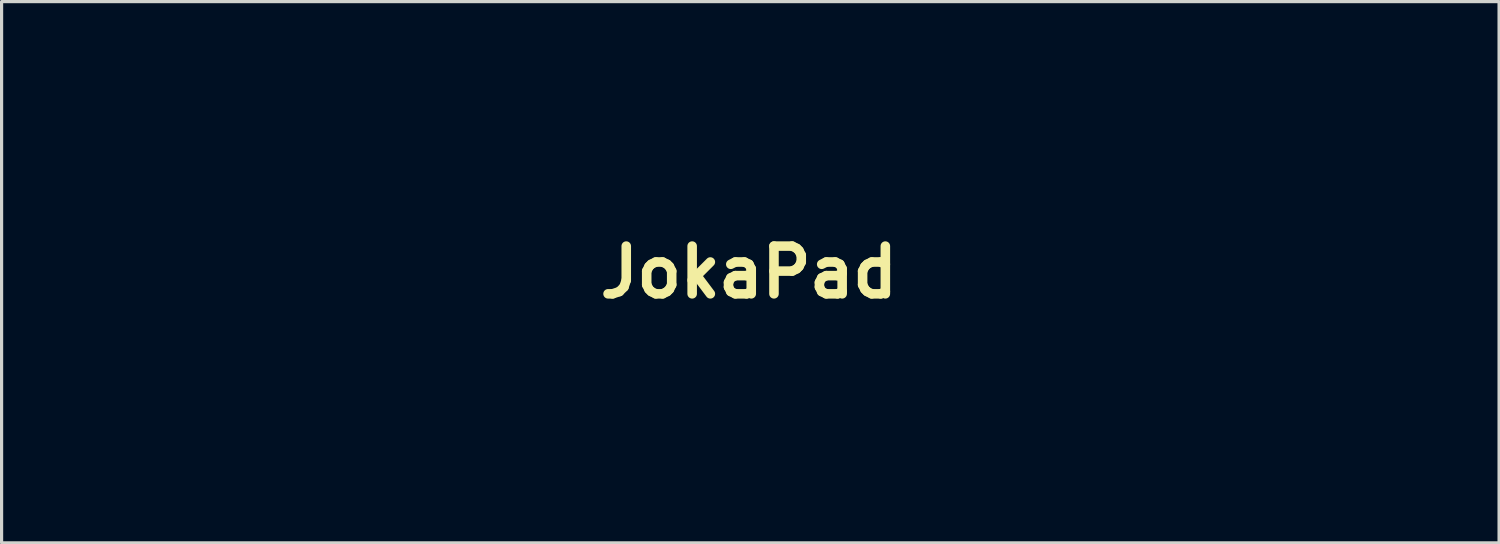
<source format=kicad_pcb>
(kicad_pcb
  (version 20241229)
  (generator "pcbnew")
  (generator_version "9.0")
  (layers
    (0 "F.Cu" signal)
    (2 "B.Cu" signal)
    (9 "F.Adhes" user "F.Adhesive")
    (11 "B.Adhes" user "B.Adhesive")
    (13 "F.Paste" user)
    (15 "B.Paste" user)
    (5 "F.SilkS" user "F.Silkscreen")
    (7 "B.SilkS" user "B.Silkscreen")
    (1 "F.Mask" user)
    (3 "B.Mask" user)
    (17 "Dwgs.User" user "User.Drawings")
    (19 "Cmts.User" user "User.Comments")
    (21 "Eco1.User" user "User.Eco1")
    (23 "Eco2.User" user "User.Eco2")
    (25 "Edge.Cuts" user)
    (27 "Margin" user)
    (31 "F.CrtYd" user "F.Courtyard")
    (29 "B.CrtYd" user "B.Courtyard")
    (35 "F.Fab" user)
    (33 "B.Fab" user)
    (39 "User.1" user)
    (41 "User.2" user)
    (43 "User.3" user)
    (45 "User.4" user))
  (footprint "JokaPad"
    (layer "F.Cu")
    (at 20.489 5.506)
    (property "Reference" "JokaPad" (at 0 0 0) (layer "F.SilkS") (effects (font (size 1.5 1.5) (thickness 0.3))))
    (attr board_only exclude_from_pos_files exclude_from_bom)
    (fp_poly (pts (xy 20.565 3.704) (xy 20.574 5.503) (xy 20.226 5.503) (xy 20.008 5.496) (xy 19.919 5.453) (xy 19.92 5.343) (xy 19.937 5.271) (xy 20.087 4.637) (xy 20.233 3.938) (xy 20.36 3.253) (xy 20.445 2.709) (xy 20.557 1.905)) (stroke (width 0) (type solid)) (fill yes) (layer "F.Mask"))
    (fp_poly (pts (xy 6.9 -1.137) (xy 7.111 -0.989) (xy 7.196 -0.754) (xy 7.197 -0.727) (xy 7.119 -0.487) (xy 6.889 -0.314) (xy 6.51 -0.211) (xy 6.272 -0.182) (xy 6.151 -0.203) (xy 6.094 -0.299) (xy 6.066 -0.426) (xy 6.015 -0.768) (xy 6.031 -0.982) (xy 6.121 -1.099) (xy 6.202 -1.132) (xy 6.589 -1.187)) (stroke (width 0) (type solid)) (fill yes) (layer "F.Mask"))
    (fp_poly (pts (xy 15.557 -1.236) (xy 15.907 -1.168) (xy 16.153 -1.062) (xy 16.202 -1.023) (xy 16.358 -0.764) (xy 16.448 -0.396) (xy 16.468 0.032) (xy 16.414 0.474) (xy 16.325 0.782) (xy 16.161 0.984) (xy 15.861 1.121) (xy 15.451 1.182) (xy 15.346 1.185) (xy 15.071 1.185) (xy 15.071 -0.054) (xy 15.071 -1.293)) (stroke (width 0) (type solid)) (fill yes) (layer "F.Mask"))
    (fp_poly (pts (xy 1.922 -0.524) (xy 2.023 -0.355) (xy 2.131 -0.142) (xy 2.22 0.062) (xy 2.262 0.2) (xy 2.258 0.226) (xy 2.159 0.261) (xy 1.959 0.304) (xy 1.903 0.313) (xy 1.697 0.34) (xy 1.619 0.31) (xy 1.627 0.194) (xy 1.643 0.13) (xy 1.706 -0.142) (xy 1.75 -0.349) (xy 1.802 -0.522) (xy 1.856 -0.593)) (stroke (width 0) (type solid)) (fill yes) (layer "F.Mask"))
    (fp_poly (pts (xy 11.239 -0.844) (xy 11.301 -0.773) (xy 11.401 -0.593) (xy 11.52 -0.352) (xy 11.634 -0.097) (xy 11.722 0.124) (xy 11.763 0.264) (xy 11.76 0.288) (xy 11.664 0.316) (xy 11.454 0.354) (xy 11.286 0.379) (xy 10.845 0.438) (xy 11.011 -0.14) (xy 11.092 -0.435) (xy 11.152 -0.664) (xy 11.176 -0.78) (xy 11.176 -0.783) (xy 11.237 -0.844)) (stroke (width 0) (type solid)) (fill yes) (layer "F.Mask"))
    (fp_poly (pts (xy 13.352 -5.484) (xy 15.604 -5.461) (xy 15.723 -5.122) (xy 15.812 -4.839) (xy 15.924 -4.447) (xy 16.043 -4.001) (xy 16.154 -3.557) (xy 16.245 -3.171) (xy 16.291 -2.944) (xy 16.348 -2.628) (xy 14.225 -2.648) (xy 12.103 -2.667) (xy 12.016 -3.006) (xy 11.828 -3.658) (xy 11.601 -4.323) (xy 11.364 -4.917) (xy 11.339 -4.976) (xy 11.101 -5.506)) (stroke (width 0) (type solid)) (fill yes) (layer "F.Mask"))
    (fp_poly (pts (xy -20.433 1.312) (xy -20.383 1.832) (xy -20.311 2.414) (xy -20.225 3.027) (xy -20.128 3.636) (xy -20.028 4.209) (xy -19.929 4.712) (xy -19.837 5.113) (xy -19.757 5.379) (xy -19.762 5.457) (xy -19.877 5.494) (xy -20.099 5.503) (xy -20.489 5.503) (xy -20.475 3.239) (xy -20.47 2.66) (xy -20.464 2.16) (xy -20.457 1.757) (xy -20.45 1.468) (xy -20.442 1.311) (xy -20.434 1.303)) (stroke (width 0) (type solid)) (fill yes) (layer "F.Mask"))
    (fp_poly (pts (xy -19.86 -5.492) (xy -19.757 -5.451) (xy -19.757 -5.379) (xy -19.837 -5.113) (xy -19.929 -4.712) (xy -20.028 -4.208) (xy -20.128 -3.635) (xy -20.225 -3.026) (xy -20.311 -2.414) (xy -20.383 -1.831) (xy -20.433 -1.312) (xy -20.441 -1.303) (xy -20.449 -1.444) (xy -20.457 -1.72) (xy -20.464 -2.112) (xy -20.47 -2.602) (xy -20.475 -3.173) (xy -20.475 -3.239) (xy -20.489 -5.503) (xy -20.099 -5.503)) (stroke (width 0) (type solid)) (fill yes) (layer "F.Mask"))
    (fp_poly (pts (xy 20.574 -3.725) (xy 20.573 -3.197) (xy 20.569 -2.732) (xy 20.563 -2.353) (xy 20.555 -2.086) (xy 20.547 -1.956) (xy 20.544 -1.947) (xy 20.522 -2.025) (xy 20.492 -2.228) (xy 20.461 -2.516) (xy 20.458 -2.544) (xy 20.415 -2.88) (xy 20.342 -3.332) (xy 20.247 -3.85) (xy 20.14 -4.387) (xy 20.03 -4.892) (xy 19.938 -5.271) (xy 19.911 -5.418) (xy 19.957 -5.485) (xy 20.117 -5.503) (xy 20.226 -5.503) (xy 20.574 -5.503)) (stroke (width 0) (type solid)) (fill yes) (layer "F.Mask"))
    (fp_poly (pts (xy -7.466 -1.333) (xy -7.263 -1.244) (xy -7.072 -1.077) (xy -6.843 -0.737) (xy -6.726 -0.317) (xy -6.719 0.135) (xy -6.824 0.571) (xy -7.037 0.946) (xy -7.112 1.029) (xy -7.311 1.189) (xy -7.531 1.259) (xy -7.749 1.27) (xy -8.029 1.248) (xy -8.234 1.158) (xy -8.422 0.993) (xy -8.661 0.642) (xy -8.785 0.217) (xy -8.794 -0.236) (xy -8.687 -0.669) (xy -8.465 -1.032) (xy -8.425 -1.074) (xy -8.213 -1.257) (xy -8.006 -1.338) (xy -7.747 -1.355)) (stroke (width 0) (type solid)) (fill yes) (layer "F.Mask"))
    (fp_poly (pts (xy 13.341 2.531) (xy 13.485 2.556) (xy 13.492 2.56) (xy 13.606 2.581) (xy 13.858 2.599) (xy 14.219 2.613) (xy 14.656 2.621) (xy 14.969 2.623) (xy 16.348 2.625) (xy 16.291 2.942) (xy 16.229 3.242) (xy 16.133 3.645) (xy 16.018 4.094) (xy 15.899 4.534) (xy 15.791 4.909) (xy 15.723 5.122) (xy 15.604 5.461) (xy 13.356 5.484) (xy 11.109 5.506) (xy 11.393 4.849) (xy 11.55 4.454) (xy 11.718 3.98) (xy 11.867 3.51) (xy 11.908 3.372) (xy 12.138 2.552) (xy 12.766 2.525) (xy 13.085 2.52)) (stroke (width 0) (type solid)) (fill yes) (layer "F.Mask"))
    (fp_poly (pts (xy -11.221 -4.88) (xy -11.391 -4.478) (xy -11.565 -4.009) (xy -11.708 -3.57) (xy -11.715 -3.546) (xy -11.92 -2.836) (xy -12.898 -2.836) (xy -13.877 -2.836) (xy -13.902 -3.175) (xy -13.928 -3.514) (xy -14.969 -3.504) (xy -16.011 -3.494) (xy -15.954 -3.758) (xy -15.904 -3.963) (xy -15.821 -4.272) (xy -15.723 -4.627) (xy -15.696 -4.721) (xy -15.604 -5.042) (xy -15.535 -5.296) (xy -15.497 -5.443) (xy -15.494 -5.462) (xy -15.413 -5.473) (xy -15.184 -5.483) (xy -14.83 -5.491) (xy -14.372 -5.498) (xy -13.832 -5.502) (xy -13.232 -5.503) (xy -13.214 -5.503) (xy -10.933 -5.503)) (stroke (width 0) (type solid)) (fill yes) (layer "F.Mask"))
    (fp_poly (pts (xy -13.139 2.574) (xy -12.974 2.609) (xy -12.716 2.652) (xy -12.573 2.673) (xy -12.303 2.718) (xy -12.093 2.77) (xy -12.031 2.794) (xy -11.955 2.9) (xy -11.855 3.127) (xy -11.748 3.435) (xy -11.711 3.556) (xy -11.572 3.989) (xy -11.398 4.459) (xy -11.227 4.868) (xy -11.221 4.88) (xy -10.933 5.503) (xy -13.201 5.503) (xy -15.469 5.503) (xy -15.647 4.889) (xy -15.798 4.357) (xy -15.902 3.968) (xy -15.961 3.706) (xy -15.981 3.553) (xy -15.969 3.495) (xy -15.873 3.471) (xy -15.64 3.434) (xy -15.298 3.389) (xy -14.877 3.34) (xy -14.63 3.313) (xy -13.335 3.175) (xy -13.308 2.853) (xy -13.275 2.643) (xy -13.209 2.567)) (stroke (width 0) (type solid)) (fill yes) (layer "F.Mask"))
    (fp_poly (pts (xy 14.693 -2.191) (xy 15.141 -2.18) (xy 15.659 -2.165) (xy 15.883 -2.158) (xy 17.72 -2.095) (xy 17.666 -1.026) (xy 17.643 -0.476) (xy 17.625 0.152) (xy 17.613 0.767) (xy 17.611 1.122) (xy 17.611 2.201) (xy 16.701 2.183) (xy 16.2 2.172) (xy 15.623 2.159) (xy 15.064 2.144) (xy 14.829 2.138) (xy 13.867 2.111) (xy 13.929 -0.024) (xy 13.929 -0.042) (xy 14.224 -0.042) (xy 14.224 1.778) (xy 15.2 1.778) (xy 15.758 1.765) (xy 16.177 1.728) (xy 16.443 1.667) (xy 16.453 1.663) (xy 16.833 1.415) (xy 17.116 1.04) (xy 17.293 0.553) (xy 17.356 -0.03) (xy 17.356 -0.042) (xy 17.297 -0.642) (xy 17.12 -1.126) (xy 16.962 -1.355) (xy 16.774 -1.556) (xy 16.578 -1.696) (xy 16.341 -1.787) (xy 16.028 -1.838) (xy 15.603 -1.859) (xy 15.244 -1.863) (xy 14.224 -1.863) (xy 14.224 -0.042) (xy 13.929 -0.042) (xy 13.946 -0.607) (xy 13.964 -1.132) (xy 13.981 -1.576) (xy 13.997 -1.915) (xy 14.01 -2.127) (xy 14.018 -2.19) (xy 14.107 -2.196) (xy 14.34 -2.196)) (stroke (width 0) (type solid)) (fill yes) (layer "F.Mask"))
    (fp_poly (pts (xy 6.674 -4.93) (xy 6.862 -4.66) (xy 7.065 -4.338) (xy 7.267 -3.997) (xy 7.448 -3.671) (xy 7.592 -3.39) (xy 7.68 -3.187) (xy 7.694 -3.094) (xy 7.604 -3.075) (xy 7.373 -3.038) (xy 7.028 -2.99) (xy 6.598 -2.932) (xy 6.154 -2.875) (xy 5.592 -2.807) (xy 5.172 -2.763) (xy 4.871 -2.742) (xy 4.663 -2.742) (xy 4.525 -2.763) (xy 4.447 -2.793) (xy 4.211 -2.856) (xy 3.841 -2.87) (xy 3.674 -2.863) (xy 3.099 -2.826) (xy 2.573 -3.225) (xy 1.995 -3.604) (xy 1.417 -3.856) (xy 0.782 -3.999) (xy 0.28 -4.044) (xy -0.169 -4.056) (xy -0.523 -4.034) (xy -0.854 -3.97) (xy -1.074 -3.908) (xy -1.647 -3.686) (xy -2.198 -3.387) (xy -2.658 -3.048) (xy -2.713 -2.998) (xy -2.826 -2.898) (xy -2.93 -2.846) (xy -3.07 -2.837) (xy -3.292 -2.867) (xy -3.588 -2.922) (xy -3.989 -2.985) (xy -4.404 -3.031) (xy -4.743 -3.048) (xy -5.03 -3.039) (xy -5.191 -3.005) (xy -5.271 -2.93) (xy -5.292 -2.879) (xy -5.324 -2.811) (xy -5.387 -2.765) (xy -5.51 -2.735) (xy -5.719 -2.718) (xy -6.042 -2.711) (xy -6.506 -2.709) (xy -6.525 -2.709) (xy -6.95 -2.713) (xy -7.307 -2.724) (xy -7.565 -2.741) (xy -7.695 -2.761) (xy -7.705 -2.769) (xy -7.663 -2.908) (xy -7.551 -3.156) (xy -7.387 -3.48) (xy -7.19 -3.844) (xy -6.978 -4.216) (xy -6.771 -4.56) (xy -6.587 -4.843) (xy -6.523 -4.932) (xy -6.097 -5.503) (xy 0.076 -5.503) (xy 6.249 -5.503)) (stroke (width 0) (type solid)) (fill yes) (layer "F.Mask"))
    (fp_poly (pts (xy -4.879 2.498) (xy -4.26 2.608) (xy -3.783 2.695) (xy -3.425 2.766) (xy -3.16 2.828) (xy -2.966 2.888) (xy -2.817 2.953) (xy -2.689 3.029) (xy -2.559 3.124) (xy -2.505 3.165) (xy -1.772 3.627) (xy -1.004 3.928) (xy -0.217 4.068) (xy 0.573 4.048) (xy 1.353 3.87) (xy 2.106 3.532) (xy 2.817 3.037) (xy 2.968 2.907) (xy 3.166 2.736) (xy 3.329 2.639) (xy 3.516 2.595) (xy 3.789 2.583) (xy 3.928 2.582) (xy 4.241 2.585) (xy 4.423 2.603) (xy 4.512 2.65) (xy 4.547 2.741) (xy 4.556 2.815) (xy 4.635 3.016) (xy 4.793 3.1) (xy 4.94 3.107) (xy 5.219 3.094) (xy 5.591 3.066) (xy 6.021 3.026) (xy 6.473 2.978) (xy 6.908 2.925) (xy 7.291 2.872) (xy 7.556 2.826) (xy 7.74 2.822) (xy 7.789 2.882) (xy 7.746 3.039) (xy 7.631 3.303) (xy 7.461 3.638) (xy 7.257 4.01) (xy 7.037 4.383) (xy 6.821 4.722) (xy 6.679 4.924) (xy 6.249 5.503) (xy 0.076 5.503) (xy -6.097 5.503) (xy -6.523 4.932) (xy -6.683 4.698) (xy -6.877 4.386) (xy -7.085 4.029) (xy -7.29 3.662) (xy -7.472 3.32) (xy -7.613 3.035) (xy -7.693 2.842) (xy -7.705 2.79) (xy -7.625 2.778) (xy -7.406 2.772) (xy -7.077 2.772) (xy -6.667 2.777) (xy -6.471 2.781) (xy -5.991 2.791) (xy -5.654 2.794) (xy -5.433 2.785) (xy -5.301 2.762) (xy -5.232 2.723) (xy -5.2 2.662) (xy -5.191 2.631) (xy -5.128 2.509) (xy -4.993 2.483)) (stroke (width 0) (type solid)) (fill yes) (layer "F.Mask"))
    (fp_poly (pts (xy 13.291 -2.174) (xy 13.356 -2.166) (xy 13.371 -2.075) (xy 13.394 -1.842) (xy 13.422 -1.493) (xy 13.454 -1.055) (xy 13.489 -0.555) (xy 13.523 -0.019) (xy 13.556 0.526) (xy 13.586 1.053) (xy 13.611 1.535) (xy 13.628 1.913) (xy 13.545 1.957) (xy 13.297 1.997) (xy 12.886 2.033) (xy 12.34 2.062) (xy 11.798 2.087) (xy 11.23 2.115) (xy 10.697 2.143) (xy 10.26 2.167) (xy 10.192 2.172) (xy 9.335 2.225) (xy 9.284 1.599) (xy 9.283 1.587) (xy 9.912 1.587) (xy 9.984 1.664) (xy 10.188 1.693) (xy 10.191 1.693) (xy 10.372 1.679) (xy 10.476 1.606) (xy 10.55 1.429) (xy 10.58 1.324) (xy 10.684 0.954) (xy 11.196 0.9) (xy 11.589 0.862) (xy 11.849 0.851) (xy 12.011 0.879) (xy 12.111 0.954) (xy 12.184 1.086) (xy 12.224 1.185) (xy 12.324 1.399) (xy 12.434 1.497) (xy 12.618 1.523) (xy 12.694 1.524) (xy 13.029 1.524) (xy 12.665 0.741) (xy 12.452 0.291) (xy 12.206 -0.219) (xy 11.97 -0.699) (xy 11.904 -0.83) (xy 11.508 -1.618) (xy 11.195 -1.592) (xy 10.883 -1.566) (xy 10.4 -0.042) (xy 10.248 0.442) (xy 10.115 0.875) (xy 10.009 1.228) (xy 9.939 1.474) (xy 9.912 1.587) (xy 9.912 1.587) (xy 9.283 1.587) (xy 9.26 1.266) (xy 9.234 0.822) (xy 9.208 0.325) (xy 9.185 -0.168) (xy 9.185 -0.169) (xy 9.164 -0.626) (xy 9.141 -1.053) (xy 9.118 -1.405) (xy 9.098 -1.639) (xy 9.096 -1.657) (xy 9.053 -2.002) (xy 11.18 -2.108) (xy 11.763 -2.136) (xy 12.289 -2.157) (xy 12.734 -2.17) (xy 13.076 -2.177)) (stroke (width 0) (type solid)) (fill yes) (layer "F.Mask"))
    (fp_poly (pts (xy 8.423 -2.609) (xy 8.445 -2.514) (xy 8.481 -2.278) (xy 8.528 -1.926) (xy 8.583 -1.486) (xy 8.643 -0.984) (xy 8.706 -0.447) (xy 8.767 0.098) (xy 8.824 0.624) (xy 8.875 1.106) (xy 8.915 1.516) (xy 8.943 1.827) (xy 8.954 2.013) (xy 8.952 2.053) (xy 8.857 2.107) (xy 8.607 2.169) (xy 8.198 2.239) (xy 7.626 2.318) (xy 7.312 2.357) (xy 6.786 2.422) (xy 6.294 2.482) (xy 5.871 2.534) (xy 5.55 2.574) (xy 5.373 2.597) (xy 5.03 2.643) (xy 4.745 0.262) (xy 4.673 -0.352) (xy 4.61 -0.91) (xy 4.558 -1.39) (xy 4.533 -1.644) (xy 5.087 -1.644) (xy 5.088 -1.555) (xy 5.109 -1.328) (xy 5.145 -0.994) (xy 5.194 -0.582) (xy 5.252 -0.122) (xy 5.313 0.355) (xy 5.375 0.819) (xy 5.434 1.241) (xy 5.485 1.59) (xy 5.526 1.837) (xy 5.551 1.951) (xy 5.552 1.954) (xy 5.644 1.973) (xy 5.845 1.964) (xy 5.944 1.953) (xy 6.17 1.915) (xy 6.275 1.847) (xy 6.305 1.702) (xy 6.306 1.566) (xy 6.291 1.244) (xy 6.256 0.909) (xy 6.252 0.878) (xy 6.199 0.528) (xy 6.832 0.426) (xy 7.231 0.344) (xy 7.51 0.24) (xy 7.718 0.097) (xy 7.95 -0.211) (xy 8.056 -0.578) (xy 8.044 -0.963) (xy 7.921 -1.326) (xy 7.695 -1.628) (xy 7.374 -1.826) (xy 7.35 -1.835) (xy 7.172 -1.876) (xy 6.945 -1.889) (xy 6.633 -1.871) (xy 6.199 -1.823) (xy 6.09 -1.808) (xy 5.705 -1.755) (xy 5.386 -1.706) (xy 5.168 -1.667) (xy 5.087 -1.644) (xy 4.533 -1.644) (xy 4.52 -1.769) (xy 4.498 -2.028) (xy 4.494 -2.143) (xy 4.495 -2.147) (xy 4.587 -2.166) (xy 4.816 -2.2) (xy 5.156 -2.245) (xy 5.577 -2.298) (xy 6.05 -2.356) (xy 6.546 -2.415) (xy 7.038 -2.472) (xy 7.496 -2.523) (xy 7.891 -2.565) (xy 8.196 -2.596) (xy 8.38 -2.61)) (stroke (width 0) (type solid)) (fill yes) (layer "F.Mask"))
    (fp_poly (pts (xy 4.02 -2.358) (xy 4.039 -2.266) (xy 4.068 -2.033) (xy 4.105 -1.687) (xy 4.147 -1.255) (xy 4.193 -0.766) (xy 4.239 -0.246) (xy 4.284 0.277) (xy 4.324 0.775) (xy 4.359 1.221) (xy 4.384 1.588) (xy 4.398 1.848) (xy 4.398 1.972) (xy 4.396 1.979) (xy 4.308 1.994) (xy 4.078 2.02) (xy 3.734 2.055) (xy 3.305 2.097) (xy 2.816 2.143) (xy 2.296 2.191) (xy 1.772 2.237) (xy 1.271 2.281) (xy 0.822 2.318) (xy 0.451 2.347) (xy 0.186 2.366) (xy 0.064 2.371) (xy -0.061 2.341) (xy -0.083 2.307) (xy -0.09 2.209) (xy -0.109 1.965) (xy -0.125 1.779) (xy 0.47 1.779) (xy 0.56 1.799) (xy 0.762 1.799) (xy 0.876 1.792) (xy 1.112 1.765) (xy 1.232 1.703) (xy 1.289 1.563) (xy 1.313 1.436) (xy 1.367 1.205) (xy 1.461 1.06) (xy 1.631 0.974) (xy 1.915 0.922) (xy 2.094 0.902) (xy 2.623 0.849) (xy 2.795 1.187) (xy 2.916 1.397) (xy 3.04 1.495) (xy 3.235 1.523) (xy 3.341 1.524) (xy 3.577 1.51) (xy 3.731 1.476) (xy 3.756 1.459) (xy 3.73 1.367) (xy 3.635 1.15) (xy 3.482 0.831) (xy 3.282 0.431) (xy 3.047 -0.025) (xy 2.978 -0.157) (xy 2.159 -1.707) (xy 1.795 -1.668) (xy 1.563 -1.635) (xy 1.413 -1.599) (xy 1.39 -1.587) (xy 1.354 -1.495) (xy 1.284 -1.27) (xy 1.188 -0.943) (xy 1.075 -0.542) (xy 0.952 -0.099) (xy 0.828 0.356) (xy 0.71 0.795) (xy 0.608 1.187) (xy 0.528 1.501) (xy 0.48 1.709) (xy 0.47 1.779) (xy -0.125 1.779) (xy -0.14 1.6) (xy -0.179 1.137) (xy -0.225 0.599) (xy -0.264 0.146) (xy -0.313 -0.431) (xy -0.355 -0.949) (xy -0.387 -1.387) (xy -0.408 -1.72) (xy -0.417 -1.926) (xy -0.414 -1.983) (xy -0.322 -2.001) (xy -0.088 -2.029) (xy 0.259 -2.065) (xy 0.692 -2.107) (xy 1.185 -2.151) (xy 1.71 -2.197) (xy 2.239 -2.241) (xy 2.746 -2.282) (xy 3.204 -2.316) (xy 3.584 -2.343) (xy 3.86 -2.358) (xy 4.005 -2.361)) (stroke (width 0) (type solid)) (fill yes) (layer "F.Mask"))
    (fp_poly (pts (xy -4.714 -2.583) (xy -4.488 -2.55) (xy -4.15 -2.494) (xy -3.728 -2.422) (xy -3.25 -2.338) (xy -2.742 -2.247) (xy -2.233 -2.154) (xy -1.75 -2.064) (xy -1.32 -1.983) (xy -0.97 -1.914) (xy -0.729 -1.864) (xy -0.623 -1.836) (xy -0.621 -1.835) (xy -0.623 -1.744) (xy -0.651 -1.513) (xy -0.701 -1.171) (xy -0.767 -0.744) (xy -0.845 -0.261) (xy -0.93 0.253) (xy -1.019 0.769) (xy -1.106 1.261) (xy -1.186 1.7) (xy -1.256 2.059) (xy -1.31 2.312) (xy -1.337 2.416) (xy -1.36 2.469) (xy -1.401 2.506) (xy -1.48 2.524) (xy -1.617 2.522) (xy -1.832 2.497) (xy -2.146 2.449) (xy -2.579 2.374) (xy -3.151 2.272) (xy -3.387 2.23) (xy -3.953 2.129) (xy -4.469 2.039) (xy -4.91 1.963) (xy -5.25 1.907) (xy -5.465 1.874) (xy -5.524 1.867) (xy -5.641 1.921) (xy -5.673 2.087) (xy -5.673 2.312) (xy -7.797 2.263) (xy -8.378 2.249) (xy -8.9 2.234) (xy -9.341 2.22) (xy -9.677 2.206) (xy -9.886 2.194) (xy -9.946 2.187) (xy -9.951 2.098) (xy -9.952 1.863) (xy -9.95 1.503) (xy -9.945 1.041) (xy -9.937 0.501) (xy -9.931 0.198) (xy -9.462 0.198) (xy -9.398 0.594) (xy -9.22 1.029) (xy -8.928 1.401) (xy -8.561 1.671) (xy -8.33 1.763) (xy -7.883 1.824) (xy -7.399 1.79) (xy -6.961 1.668) (xy -6.868 1.625) (xy -6.617 1.436) (xy -6.373 1.155) (xy -6.308 1.057) (xy -6.177 0.829) (xy -6.101 0.625) (xy -6.064 0.387) (xy -6.054 0.052) (xy -6.054 -0.036) (xy -6.062 -0.409) (xy -6.096 -0.673) (xy -6.167 -0.89) (xy -6.279 -1.102) (xy -6.595 -1.5) (xy -7.001 -1.76) (xy -7.506 -1.888) (xy -7.796 -1.904) (xy -8.138 -1.892) (xy -8.385 -1.84) (xy -8.61 -1.731) (xy -8.704 -1.672) (xy -9.06 -1.339) (xy -9.312 -0.896) (xy -9.449 -0.374) (xy -9.462 0.198) (xy -9.931 0.198) (xy -9.926 -0.064) (xy -9.882 -2.286) (xy -8.561 -2.286) (xy -8.018 -2.282) (xy -7.453 -2.271) (xy -6.926 -2.255) (xy -6.494 -2.235) (xy -6.406 -2.23) (xy -5.573 -2.175) (xy -5.601 -0.205) (xy -5.609 0.35) (xy -5.613 0.843) (xy -5.615 1.25) (xy -5.614 1.548) (xy -5.61 1.714) (xy -5.606 1.74) (xy -5.586 1.654) (xy -5.54 1.423) (xy -5.538 1.415) (xy -4.791 1.415) (xy -4.706 1.43) (xy -4.509 1.449) (xy -4.404 1.457) (xy -4.031 1.482) (xy -3.941 1.001) (xy -3.857 0.67) (xy -3.736 0.451) (xy -3.615 0.335) (xy -3.453 0.221) (xy -3.359 0.178) (xy -3.353 0.181) (xy -3.314 0.268) (xy -3.227 0.477) (xy -3.108 0.772) (xy -3.028 0.974) (xy -2.881 1.333) (xy -2.768 1.564) (xy -2.67 1.698) (xy -2.564 1.766) (xy -2.485 1.789) (xy -2.258 1.828) (xy -2.025 1.851) (xy -1.846 1.854) (xy -1.778 1.835) (xy -1.811 1.752) (xy -1.9 1.544) (xy -2.034 1.239) (xy -2.199 0.868) (xy -2.244 0.77) (xy -2.415 0.386) (xy -2.558 0.062) (xy -2.659 -0.174) (xy -2.707 -0.292) (xy -2.709 -0.299) (xy -2.646 -0.361) (xy -2.476 -0.501) (xy -2.227 -0.697) (xy -2.011 -0.863) (xy -1.7 -1.101) (xy -1.509 -1.257) (xy -1.421 -1.351) (xy -1.423 -1.403) (xy -1.498 -1.434) (xy -1.566 -1.449) (xy -1.876 -1.505) (xy -2.122 -1.51) (xy -2.347 -1.45) (xy -2.594 -1.31) (xy -2.907 -1.076) (xy -3.052 -0.96) (xy -3.362 -0.715) (xy -3.562 -0.569) (xy -3.671 -0.514) (xy -3.709 -0.538) (xy -3.702 -0.6) (xy -3.664 -0.799) (xy -3.621 -1.088) (xy -3.596 -1.282) (xy -3.539 -1.76) (xy -3.892 -1.82) (xy -4.115 -1.85) (xy -4.254 -1.855) (xy -4.272 -1.85) (xy -4.293 -1.762) (xy -4.333 -1.539) (xy -4.389 -1.212) (xy -4.455 -0.812) (xy -4.527 -0.37) (xy -4.599 0.083) (xy -4.666 0.514) (xy -4.723 0.894) (xy -4.766 1.19) (xy -4.789 1.372) (xy -4.791 1.415) (xy -5.538 1.415) (xy -5.473 1.07) (xy -5.39 0.617) (xy -5.293 0.087) (xy -5.201 -0.429) (xy -5.097 -1.009) (xy -5.003 -1.53) (xy -4.922 -1.971) (xy -4.859 -2.31) (xy -4.817 -2.523) (xy -4.801 -2.591)) (stroke (width 0) (type solid)) (fill yes) (layer "F.Mask"))
    (fp_poly (pts (xy -14.405 -3.088) (xy -14.387 -2.997) (xy -14.355 -2.762) (xy -14.311 -2.404) (xy -14.259 -1.948) (xy -14.2 -1.416) (xy -14.154 -0.978) (xy -14.094 -0.408) (xy -14.038 0.1) (xy -13.99 0.524) (xy -13.952 0.842) (xy -13.926 1.031) (xy -13.916 1.075) (xy -13.897 0.988) (xy -13.857 0.764) (xy -13.247 0.764) (xy -13.207 0.935) (xy -13.068 1.261) (xy -12.846 1.477) (xy -12.658 1.576) (xy -12.223 1.683) (xy -11.781 1.623) (xy -11.646 1.573) (xy -11.411 1.435) (xy -11.233 1.262) (xy -11.226 1.251) (xy -11.165 1.093) (xy -11.091 0.8) (xy -11.012 0.407) (xy -10.934 -0.053) (xy -10.912 -0.205) (xy -10.842 -0.7) (xy -10.8 -1.053) (xy -10.784 -1.289) (xy -10.791 -1.433) (xy -10.823 -1.51) (xy -10.847 -1.532) (xy -11.004 -1.585) (xy -11.21 -1.605) (xy -11.4 -1.593) (xy -11.508 -1.548) (xy -11.515 -1.529) (xy -11.527 -1.388) (xy -11.561 -1.127) (xy -11.61 -0.783) (xy -11.669 -0.394) (xy -11.732 0.005) (xy -11.793 0.374) (xy -11.845 0.678) (xy -11.885 0.88) (xy -11.901 0.94) (xy -12.013 0.999) (xy -12.152 1.016) (xy -12.346 0.946) (xy -12.481 0.779) (xy -12.508 0.579) (xy -12.498 0.544) (xy -12.507 0.466) (xy -12.634 0.43) (xy -12.821 0.423) (xy -13.099 0.453) (xy -13.234 0.558) (xy -13.247 0.764) (xy -13.857 0.764) (xy -13.856 0.759) (xy -13.798 0.413) (xy -13.726 -0.025) (xy -13.645 -0.53) (xy -13.622 -0.68) (xy -13.54 -1.2) (xy -13.467 -1.658) (xy -13.407 -2.032) (xy -13.364 -2.294) (xy -13.342 -2.422) (xy -13.34 -2.43) (xy -13.258 -2.423) (xy -13.041 -2.392) (xy -12.72 -2.344) (xy -12.327 -2.283) (xy -11.893 -2.214) (xy -11.45 -2.143) (xy -11.031 -2.074) (xy -10.665 -2.012) (xy -10.385 -1.963) (xy -10.223 -1.932) (xy -10.195 -1.924) (xy -10.204 -1.841) (xy -10.236 -1.617) (xy -10.285 -1.281) (xy -10.349 -0.859) (xy -10.423 -0.379) (xy -10.502 0.132) (xy -10.583 0.648) (xy -10.661 1.14) (xy -10.731 1.582) (xy -10.791 1.947) (xy -10.834 2.206) (xy -10.858 2.334) (xy -10.944 2.351) (xy -11.17 2.342) (xy -11.506 2.311) (xy -11.926 2.26) (xy -12.402 2.193) (xy -12.905 2.114) (xy -13.409 2.026) (xy -13.568 1.996) (xy -13.712 1.979) (xy -13.779 2.028) (xy -13.799 2.184) (xy -13.801 2.327) (xy -13.798 2.46) (xy -13.805 2.561) (xy -13.841 2.637) (xy -13.927 2.695) (xy -14.084 2.741) (xy -14.332 2.782) (xy -14.691 2.824) (xy -15.182 2.873) (xy -15.663 2.92) (xy -16.143 2.969) (xy -16.587 3.016) (xy -16.957 3.057) (xy -17.214 3.088) (xy -17.284 3.098) (xy -17.593 3.145) (xy -17.645 2.736) (xy -17.694 2.329) (xy -17.75 1.835) (xy -17.81 1.278) (xy -17.872 0.682) (xy -17.934 0.07) (xy -17.994 -0.534) (xy -18.048 -1.107) (xy -18.096 -1.625) (xy -18.135 -2.066) (xy -18.156 -2.337) (xy -17.755 -2.337) (xy -17.747 -2.105) (xy -17.73 -1.75) (xy -17.707 -1.294) (xy -17.679 -0.759) (xy -17.651 -0.251) (xy -17.618 0.356) (xy -17.587 0.924) (xy -17.562 1.426) (xy -17.543 1.834) (xy -17.531 2.122) (xy -17.528 2.244) (xy -17.526 2.582) (xy -15.875 2.506) (xy -15.308 2.48) (xy -14.889 2.457) (xy -14.594 2.434) (xy -14.403 2.408) (xy -14.292 2.376) (xy -14.241 2.334) (xy -14.226 2.279) (xy -14.226 2.252) (xy -14.231 2.122) (xy -14.245 1.847) (xy -14.266 1.452) (xy -14.292 0.964) (xy -14.323 0.406) (xy -14.351 -0.085) (xy -14.385 -0.679) (xy -14.415 -1.224) (xy -14.441 -1.693) (xy -14.46 -2.064) (xy -14.473 -2.31) (xy -14.476 -2.402) (xy -14.485 -2.456) (xy -14.524 -2.495) (xy -14.615 -2.519) (xy -14.782 -2.531) (xy -15.045 -2.532) (xy -15.428 -2.522) (xy -15.953 -2.504) (xy -16.108 -2.498) (xy -16.614 -2.478) (xy -17.057 -2.46) (xy -17.412 -2.443) (xy -17.653 -2.43) (xy -17.754 -2.422) (xy -17.755 -2.422) (xy -17.755 -2.337) (xy -18.156 -2.337) (xy -18.161 -2.404) (xy -18.174 -2.618) (xy -18.172 -2.684) (xy -18.078 -2.706) (xy -17.846 -2.741) (xy -17.506 -2.785) (xy -17.086 -2.835) (xy -16.617 -2.888) (xy -16.129 -2.941) (xy -15.649 -2.991) (xy -15.209 -3.033) (xy -14.838 -3.066) (xy -14.565 -3.087) (xy -14.42 -3.091)) (stroke (width 0) (type solid)) (fill yes) (layer "F.Mask")))
  (gr_rect
    (start -3 -3)
    (end 44.063 14.012)
    (stroke (width 0.1) (type default))
    (fill no)
    (layer "Edge.Cuts")))
</source>
